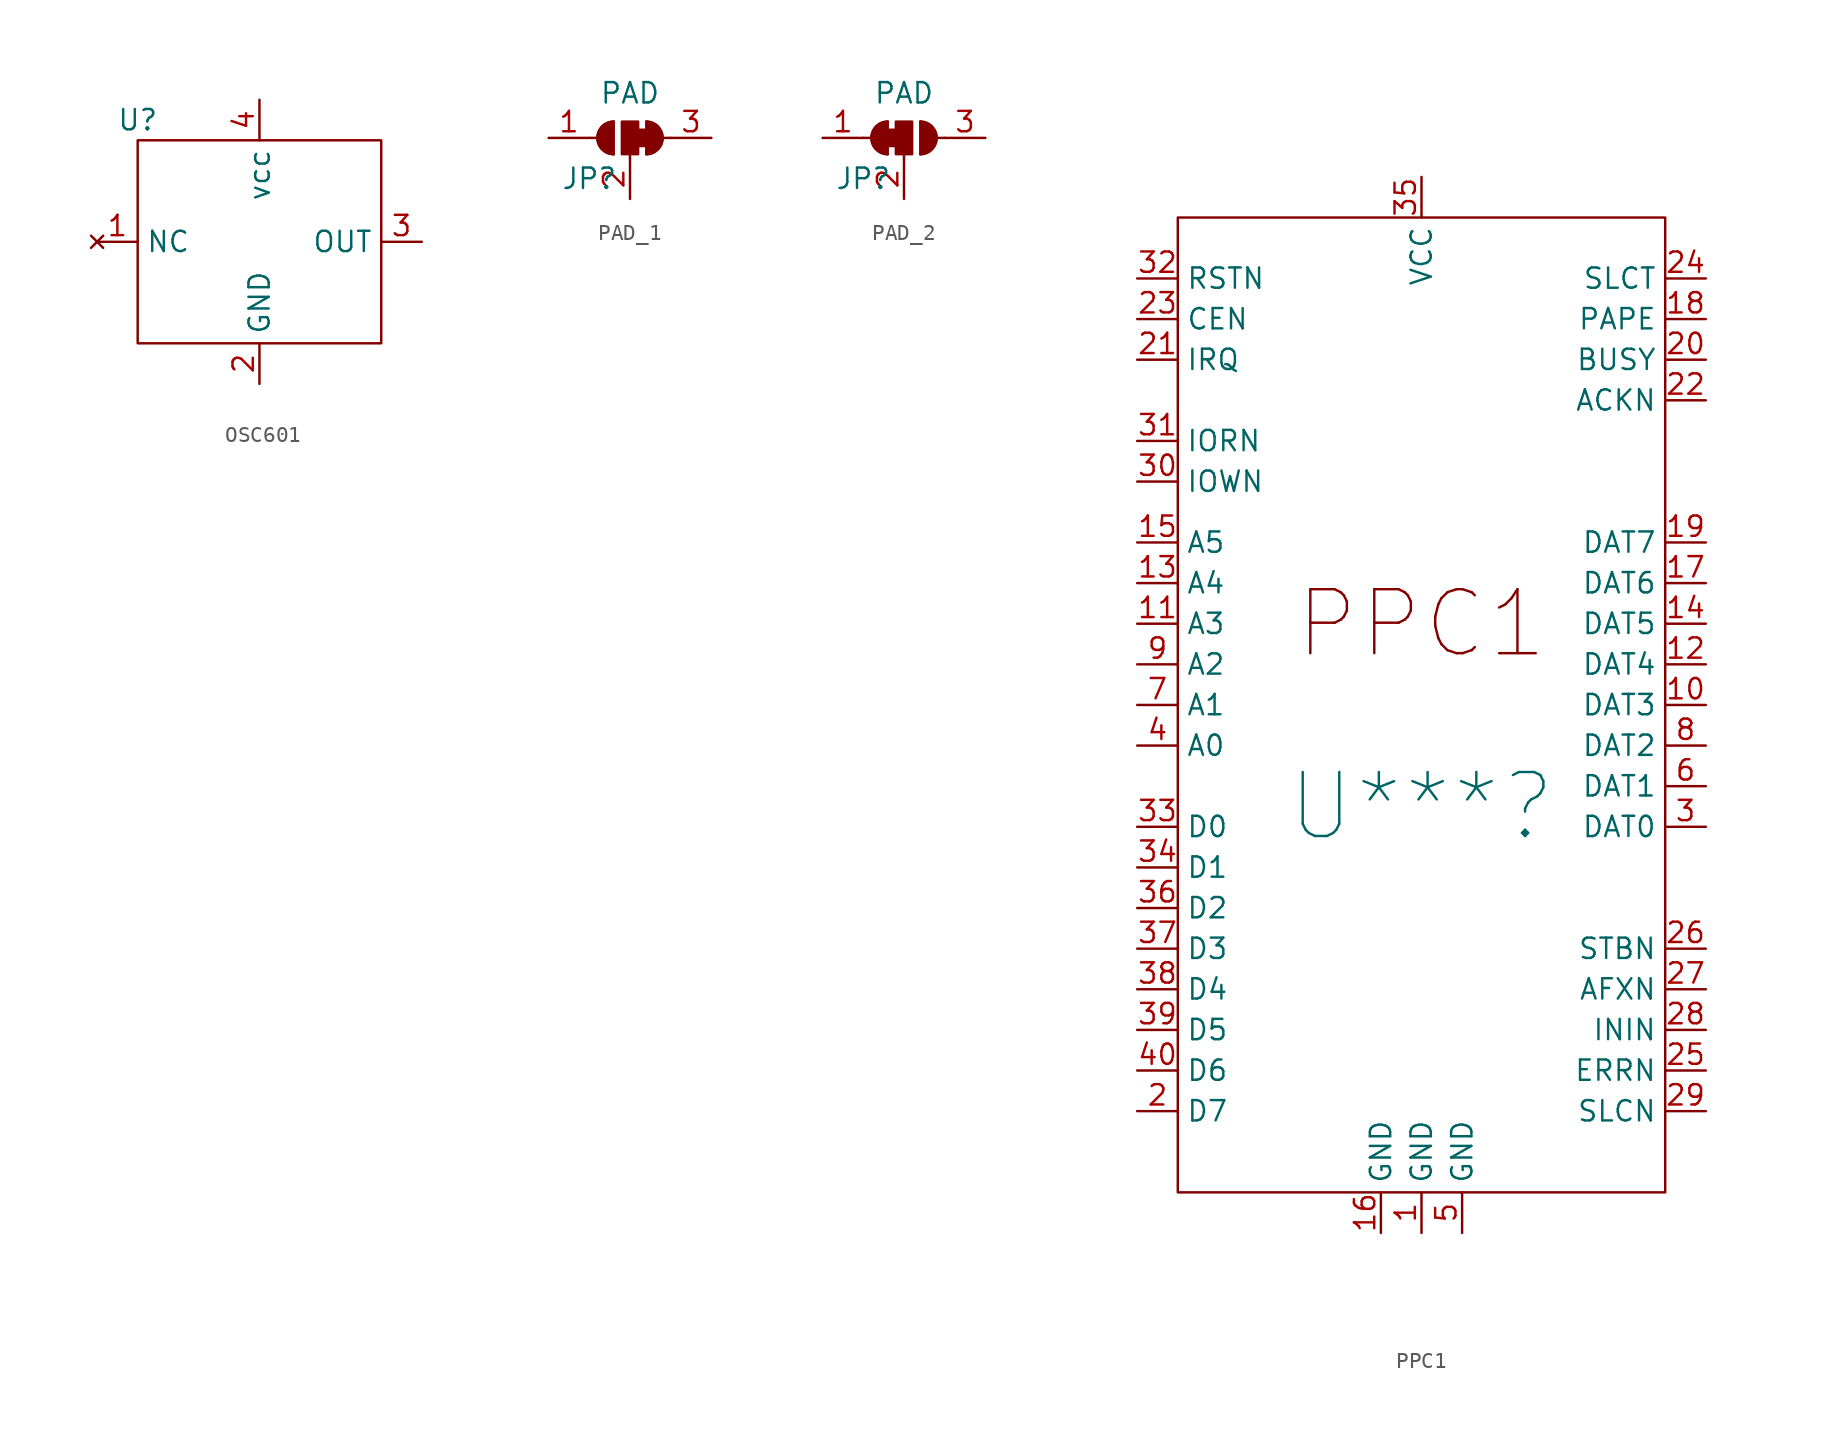
<source format=kicad_sym>
(kicad_symbol_lib
  (version 20220914)
  (generator kicad_symbol_editor)
  (symbol "OSC601"
    (property "Reference" "U"
      (at -7.62 7.62 0)
      (effects (font (size 1.27 1.27))))
    (symbol "OSC601_0_1"
      (rectangle (start -7.62 6.35) (end 7.62 -6.35) (stroke (width 0) (type default)) (fill (type none))))
    (symbol "OSC601_1_1"
      (pin no_connect line (at -10.16 0 0) (length 2.54) (name "NC" (effects (font (size 1.27 1.27)))) (number "1" (effects (font (size 1.27 1.27)))))
      (pin power_in line (at 0 -8.89 90) (length 2.54) (name "GND" (effects (font (size 1.27 1.27)))) (number "2" (effects (font (size 1.27 1.27)))))
      (pin passive line (at 10.16 0 180) (length 2.54) (name "OUT" (effects (font (size 1.27 1.27)))) (number "3" (effects (font (size 1.27 1.27)))))
      (pin power_in line (at 0 8.89 270) (length 2.54) (name "vcc" (effects (font (size 1.27 1.27)))) (number "4" (effects (font (size 1.27 1.27)))))))
  (symbol "PAD_1"
    (pin_names
      (offset 0) hide)
    (property "Reference" "JP"
      (at -2.54 -2.54 0)
      (effects (font (size 1.27 1.27))))
    (property "Value" "PAD"
      (at 0 2.794 0)
      (effects (font (size 1.27 1.27))))
    (symbol "PAD_1_0_1"
      (arc (start -1.016 1.016) (mid -2.0276 0) (end -1.016 -1.016) (stroke (width 0) (type default)) (fill (type none)))
      (arc (start -1.016 1.016) (mid -2.0276 0) (end -1.016 -1.016) (stroke (width 0) (type default)) (fill (type outline)))
      (rectangle (start -0.508 1.016) (end 0.508 -1.016) (stroke (width 0) (type default)) (fill (type outline)))
      (polyline (pts (xy -2.54 0) (xy -2.032 0)) (stroke (width 0) (type default)) (fill (type none)))
      (polyline (pts (xy -1.016 1.016) (xy -1.016 -1.016)) (stroke (width 0) (type default)) (fill (type none)))
      (polyline (pts (xy 0 -1.27) (xy 0 -1.016)) (stroke (width 0) (type default)) (fill (type none)))
      (polyline (pts (xy 1.016 1.016) (xy 1.016 -1.016)) (stroke (width 0) (type default)) (fill (type none)))
      (polyline (pts (xy 2.54 0) (xy 2.032 0)) (stroke (width 0) (type default)) (fill (type none)))
      (rectangle (start 0.508 0.508) (end 1.016 -0.508) (stroke (width 0) (type default)) (fill (type outline)))
      (arc (start 1.016 -1.016) (mid 2.0276 0) (end 1.016 1.016) (stroke (width 0) (type default)) (fill (type none)))
      (arc (start 1.016 -1.016) (mid 2.0276 0) (end 1.016 1.016) (stroke (width 0) (type default)) (fill (type outline))))
    (symbol "PAD_1_1_1"
      (pin passive line (at -5.08 0 0) (length 2.54) (name "A" (effects (font (size 1.27 1.27)))) (number "1" (effects (font (size 1.27 1.27)))))
      (pin passive line (at 0 -3.81 90) (length 2.54) (name "C" (effects (font (size 1.27 1.27)))) (number "2" (effects (font (size 1.27 1.27)))))
      (pin passive line (at 5.08 0 180) (length 2.54) (name "B" (effects (font (size 1.27 1.27)))) (number "3" (effects (font (size 1.27 1.27)))))))
  (symbol "PAD_2"
    (pin_names
      (offset 0) hide)
    (property "Reference" "JP"
      (at -2.54 -2.54 0)
      (effects (font (size 1.27 1.27))))
    (property "Value" "PAD"
      (at 0 2.794 0)
      (effects (font (size 1.27 1.27))))
    (symbol "PAD_2_0_1"
      (rectangle (start -1.016 0.508) (end -0.508 -0.508) (stroke (width 0) (type default)) (fill (type outline)))
      (arc (start -1.016 1.016) (mid -2.0276 0) (end -1.016 -1.016) (stroke (width 0) (type default)) (fill (type none)))
      (arc (start -1.016 1.016) (mid -2.0276 0) (end -1.016 -1.016) (stroke (width 0) (type default)) (fill (type outline)))
      (rectangle (start -0.508 1.016) (end 0.508 -1.016) (stroke (width 0) (type default)) (fill (type outline)))
      (polyline (pts (xy -2.54 0) (xy -2.032 0)) (stroke (width 0) (type default)) (fill (type none)))
      (polyline (pts (xy -1.016 1.016) (xy -1.016 -1.016)) (stroke (width 0) (type default)) (fill (type none)))
      (polyline (pts (xy 0 -1.27) (xy 0 -1.016)) (stroke (width 0) (type default)) (fill (type none)))
      (polyline (pts (xy 1.016 1.016) (xy 1.016 -1.016)) (stroke (width 0) (type default)) (fill (type none)))
      (polyline (pts (xy 2.54 0) (xy 2.032 0)) (stroke (width 0) (type default)) (fill (type none)))
      (arc (start 1.016 -1.016) (mid 2.0276 0) (end 1.016 1.016) (stroke (width 0) (type default)) (fill (type none)))
      (arc (start 1.016 -1.016) (mid 2.0276 0) (end 1.016 1.016) (stroke (width 0) (type default)) (fill (type outline))))
    (symbol "PAD_2_1_1"
      (pin passive line (at -5.08 0 0) (length 2.54) (name "A" (effects (font (size 1.27 1.27)))) (number "1" (effects (font (size 1.27 1.27)))))
      (pin passive line (at 0 -3.81 90) (length 2.54) (name "C" (effects (font (size 1.27 1.27)))) (number "2" (effects (font (size 1.27 1.27)))))
      (pin passive line (at 5.08 0 180) (length 2.54) (name "B" (effects (font (size 1.27 1.27)))) (number "3" (effects (font (size 1.27 1.27)))))))
  (symbol "PPC1"
    (property "Reference" "U***"
      (at 0 -6.35 0)
      (effects (font (size 4 4))))
    (property "Value" ""
      (at 0 -33.02 90)
      (effects (font (size 1.27 1.27))))
    (symbol "PPC1_0_0"
      (pin power_in line (at 0 -33.02 90) (length 2.54) (name "GND" (effects (font (size 1.27 1.27)))) (number "1" (effects (font (size 1.27 1.27)))))
      (pin output line (at 17.78 0 180) (length 2.54) (name "DAT3" (effects (font (size 1.27 1.27)))) (number "10" (effects (font (size 1.27 1.27)))))
      (pin input line (at -17.78 5.08 0) (length 2.54) (name "A3" (effects (font (size 1.27 1.27)))) (number "11" (effects (font (size 1.27 1.27)))))
      (pin output line (at 17.78 2.54 180) (length 2.54) (name "DAT4" (effects (font (size 1.27 1.27)))) (number "12" (effects (font (size 1.27 1.27)))))
      (pin input line (at -17.78 7.62 0) (length 2.54) (name "A4" (effects (font (size 1.27 1.27)))) (number "13" (effects (font (size 1.27 1.27)))))
      (pin output line (at 17.78 5.08 180) (length 2.54) (name "DAT5" (effects (font (size 1.27 1.27)))) (number "14" (effects (font (size 1.27 1.27)))))
      (pin input line (at -17.78 10.16 0) (length 2.54) (name "A5" (effects (font (size 1.27 1.27)))) (number "15" (effects (font (size 1.27 1.27)))))
      (pin power_in line (at -2.54 -33.02 90) (length 2.54) (name "GND" (effects (font (size 1.27 1.27)))) (number "16" (effects (font (size 1.27 1.27)))))
      (pin output line (at 17.78 7.62 180) (length 2.54) (name "DAT6" (effects (font (size 1.27 1.27)))) (number "17" (effects (font (size 1.27 1.27)))))
      (pin input line (at 17.78 24.13 180) (length 2.54) (name "PAPE" (effects (font (size 1.27 1.27)))) (number "18" (effects (font (size 1.27 1.27)))))
      (pin output line (at 17.78 10.16 180) (length 2.54) (name "DAT7" (effects (font (size 1.27 1.27)))) (number "19" (effects (font (size 1.27 1.27)))))
      (pin bidirectional line (at -17.78 -25.4 0) (length 2.54) (name "D7" (effects (font (size 1.27 1.27)))) (number "2" (effects (font (size 1.27 1.27)))))
      (pin input line (at 17.78 21.59 180) (length 2.54) (name "BUSY" (effects (font (size 1.27 1.27)))) (number "20" (effects (font (size 1.27 1.27)))))
      (pin output line (at -17.78 21.59 0) (length 2.54) (name "IRQ" (effects (font (size 1.27 1.27)))) (number "21" (effects (font (size 1.27 1.27)))))
      (pin input line (at 17.78 19.05 180) (length 2.54) (name "ACKN" (effects (font (size 1.27 1.27)))) (number "22" (effects (font (size 1.27 1.27)))))
      (pin input line (at -17.78 24.13 0) (length 2.54) (name "CEN" (effects (font (size 1.27 1.27)))) (number "23" (effects (font (size 1.27 1.27)))))
      (pin input line (at 17.78 26.67 180) (length 2.54) (name "SLCT" (effects (font (size 1.27 1.27)))) (number "24" (effects (font (size 1.27 1.27)))))
      (pin input line (at 17.78 -22.86 180) (length 2.54) (name "ERRN" (effects (font (size 1.27 1.27)))) (number "25" (effects (font (size 1.27 1.27)))))
      (pin output line (at 17.78 -15.24 180) (length 2.54) (name "STBN" (effects (font (size 1.27 1.27)))) (number "26" (effects (font (size 1.27 1.27)))))
      (pin output line (at 17.78 -17.78 180) (length 2.54) (name "AFXN" (effects (font (size 1.27 1.27)))) (number "27" (effects (font (size 1.27 1.27)))))
      (pin output line (at 17.78 -20.32 180) (length 2.54) (name "ININ" (effects (font (size 1.27 1.27)))) (number "28" (effects (font (size 1.27 1.27)))))
      (pin output line (at 17.78 -25.4 180) (length 2.54) (name "SLCN" (effects (font (size 1.27 1.27)))) (number "29" (effects (font (size 1.27 1.27)))))
      (pin output line (at 17.78 -7.62 180) (length 2.54) (name "DAT0" (effects (font (size 1.27 1.27)))) (number "3" (effects (font (size 1.27 1.27)))))
      (pin input line (at -17.78 13.97 0) (length 2.54) (name "IOWN" (effects (font (size 1.27 1.27)))) (number "30" (effects (font (size 1.27 1.27)))))
      (pin input line (at -17.78 16.51 0) (length 2.54) (name "IORN" (effects (font (size 1.27 1.27)))) (number "31" (effects (font (size 1.27 1.27)))))
      (pin input line (at -17.78 26.67 0) (length 2.54) (name "RSTN" (effects (font (size 1.27 1.27)))) (number "32" (effects (font (size 1.27 1.27)))))
      (pin bidirectional line (at -17.78 -7.62 0) (length 2.54) (name "D0" (effects (font (size 1.27 1.27)))) (number "33" (effects (font (size 1.27 1.27)))))
      (pin bidirectional line (at -17.78 -10.16 0) (length 2.54) (name "D1" (effects (font (size 1.27 1.27)))) (number "34" (effects (font (size 1.27 1.27)))))
      (pin power_in line (at 0 33.02 270) (length 2.54) (name "VCC" (effects (font (size 1.27 1.27)))) (number "35" (effects (font (size 1.27 1.27)))))
      (pin bidirectional line (at -17.78 -12.7 0) (length 2.54) (name "D2" (effects (font (size 1.27 1.27)))) (number "36" (effects (font (size 1.27 1.27)))))
      (pin bidirectional line (at -17.78 -15.24 0) (length 2.54) (name "D3" (effects (font (size 1.27 1.27)))) (number "37" (effects (font (size 1.27 1.27)))))
      (pin bidirectional line (at -17.78 -17.78 0) (length 2.54) (name "D4" (effects (font (size 1.27 1.27)))) (number "38" (effects (font (size 1.27 1.27)))))
      (pin bidirectional line (at -17.78 -20.32 0) (length 2.54) (name "D5" (effects (font (size 1.27 1.27)))) (number "39" (effects (font (size 1.27 1.27)))))
      (pin input line (at -17.78 -2.54 0) (length 2.54) (name "A0" (effects (font (size 1.27 1.27)))) (number "4" (effects (font (size 1.27 1.27)))))
      (pin bidirectional line (at -17.78 -22.86 0) (length 2.54) (name "D6" (effects (font (size 1.27 1.27)))) (number "40" (effects (font (size 1.27 1.27)))))
      (pin power_in line (at 2.54 -33.02 90) (length 2.54) (name "GND" (effects (font (size 1.27 1.27)))) (number "5" (effects (font (size 1.27 1.27)))))
      (pin output line (at 17.78 -5.08 180) (length 2.54) (name "DAT1" (effects (font (size 1.27 1.27)))) (number "6" (effects (font (size 1.27 1.27)))))
      (pin input line (at -17.78 0 0) (length 2.54) (name "A1" (effects (font (size 1.27 1.27)))) (number "7" (effects (font (size 1.27 1.27)))))
      (pin output line (at 17.78 -2.54 180) (length 2.54) (name "DAT2" (effects (font (size 1.27 1.27)))) (number "8" (effects (font (size 1.27 1.27)))))
      (pin input line (at -17.78 2.54 0) (length 2.54) (name "A2" (effects (font (size 1.27 1.27)))) (number "9" (effects (font (size 1.27 1.27))))))
    (symbol "PPC1_0_1"
      (rectangle (start -15.24 30.48) (end 15.24 -30.48) (stroke (width 0) (type default)) (fill (type none))))
    (symbol "PPC1_1_1"
      (text "PPC1" (at 0 5.08 0) (effects (font (size 4 4)))))))
</source>
